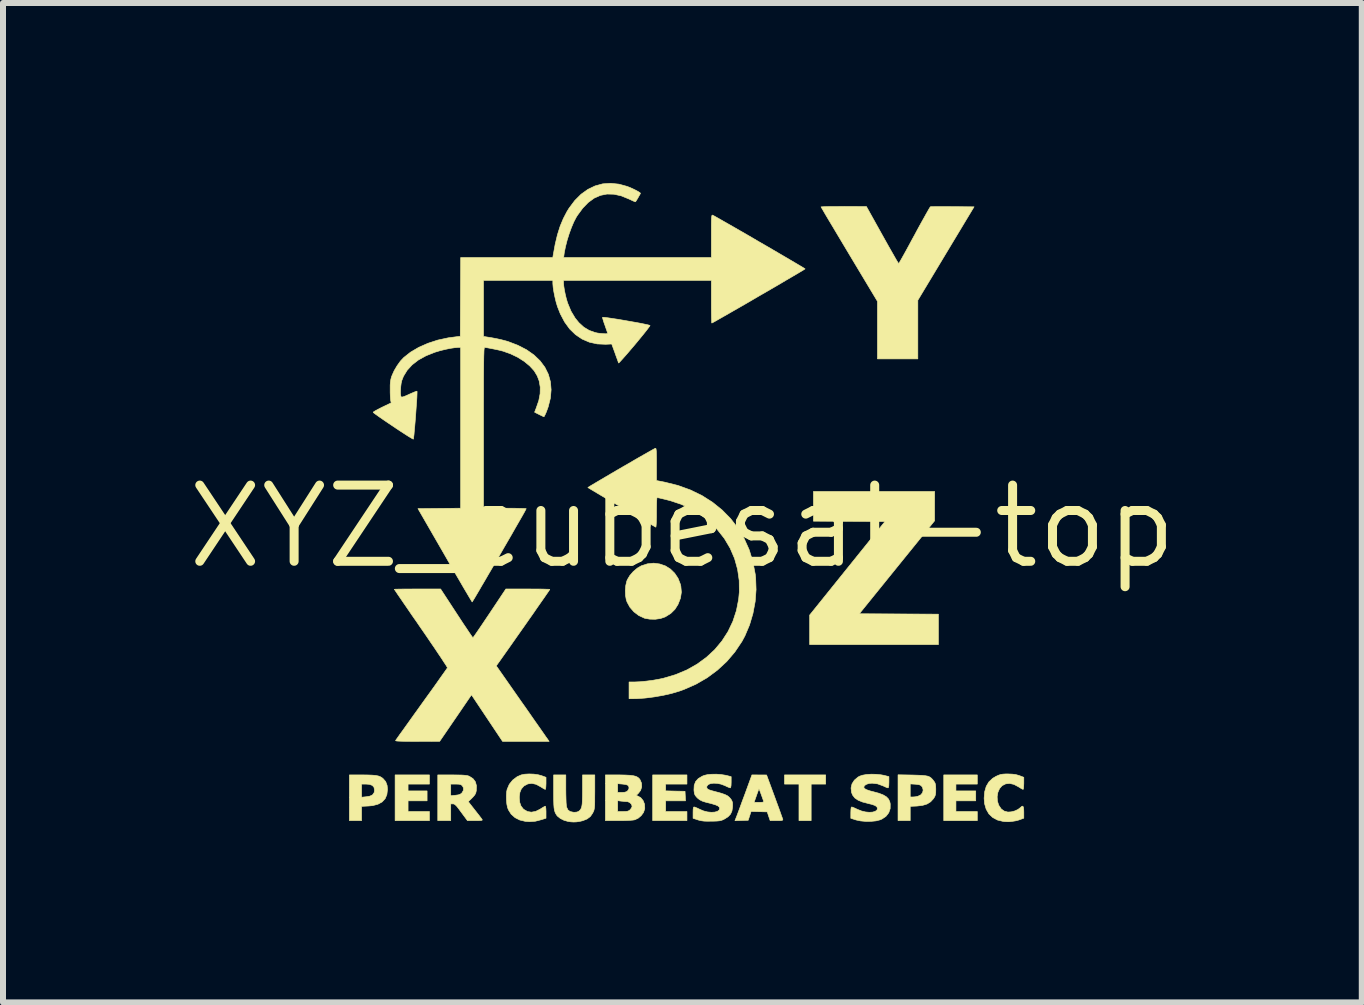
<source format=kicad_pcb>
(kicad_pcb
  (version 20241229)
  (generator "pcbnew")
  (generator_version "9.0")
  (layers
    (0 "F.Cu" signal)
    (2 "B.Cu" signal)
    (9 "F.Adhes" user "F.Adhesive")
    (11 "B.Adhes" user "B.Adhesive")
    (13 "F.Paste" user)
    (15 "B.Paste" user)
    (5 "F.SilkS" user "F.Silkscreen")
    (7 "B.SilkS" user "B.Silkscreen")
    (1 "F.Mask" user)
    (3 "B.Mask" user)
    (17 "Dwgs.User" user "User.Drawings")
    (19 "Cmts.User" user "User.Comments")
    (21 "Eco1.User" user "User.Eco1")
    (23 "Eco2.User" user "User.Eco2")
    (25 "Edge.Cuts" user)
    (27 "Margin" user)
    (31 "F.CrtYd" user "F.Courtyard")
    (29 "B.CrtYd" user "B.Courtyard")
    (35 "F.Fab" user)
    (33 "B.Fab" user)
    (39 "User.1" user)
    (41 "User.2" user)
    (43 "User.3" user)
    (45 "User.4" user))
  (footprint "XYZ_cubesat-top"
    (layer "F.Cu")
    (at 8.323 5.725)
    (property "Reference" "XYZ_cubesat-top" (at 0 0 0) (layer "F.SilkS") (effects (font (size 1.27 1.27) (thickness 0.15))))
    (attr through_hole)
    (fp_poly (pts (xy 2.388 4.293) (xy 2.146 4.293) (xy 2.146 4.902) (xy 1.943 4.902) (xy 1.943 4.293) (xy 1.702 4.293) (xy 1.702 4.14) (xy 2.388 4.14) (xy 2.388 4.293)) (stroke (width 0.01) (type solid)) (fill yes) (layer "F.SilkS"))
    (fp_poly (pts (xy -4.216 4.293) (xy -4.572 4.293) (xy -4.572 4.407) (xy -4.255 4.407) (xy -4.255 4.572) (xy -4.572 4.572) (xy -4.572 4.75) (xy -4.216 4.75) (xy -4.216 4.902) (xy -4.788 4.902) (xy -4.788 4.14) (xy -4.216 4.14) (xy -4.216 4.293)) (stroke (width 0.01) (type solid)) (fill yes) (layer "F.SilkS"))
    (fp_poly (pts (xy 4.915 4.293) (xy 4.559 4.293) (xy 4.559 4.407) (xy 4.889 4.407) (xy 4.889 4.572) (xy 4.559 4.572) (xy 4.559 4.75) (xy 4.915 4.75) (xy 4.915 4.902) (xy 4.356 4.902) (xy 4.356 4.14) (xy 4.915 4.14) (xy 4.915 4.293)) (stroke (width 0.01) (type solid)) (fill yes) (layer "F.SilkS"))
    (fp_poly (pts (xy 0.076 4.293) (xy -0.279 4.293) (xy -0.279 4.406) (xy -0.117 4.41) (xy 0.044 4.413) (xy 0.052 4.572) (xy -0.279 4.572) (xy -0.279 4.75) (xy 0.076 4.75) (xy 0.076 4.902) (xy -0.495 4.902) (xy -0.495 4.14) (xy 0.076 4.14) (xy 0.076 4.293)) (stroke (width 0.01) (type solid)) (fill yes) (layer "F.SilkS"))
    (fp_poly (pts (xy 4.203 -0.34) (xy 4.203 -0.095) (xy 3.576 0.679) (xy 2.949 1.454) (xy 4.267 1.461) (xy 4.267 1.968) (xy 2.121 1.968) (xy 2.121 1.476) (xy 3.376 -0.083) (xy 2.78 -0.086) (xy 2.184 -0.089) (xy 2.184 -0.584) (xy 4.204 -0.584) (xy 4.203 -0.34)) (stroke (width 0.01) (type solid)) (fill yes) (layer "F.SilkS"))
    (fp_poly (pts (xy -5.337 4.14) (xy -5.242 4.141) (xy -5.168 4.144) (xy -5.111 4.149) (xy -5.067 4.158) (xy -5.033 4.171) (xy -5.004 4.189) (xy -4.99 4.2) (xy -4.945 4.252) (xy -4.921 4.316) (xy -4.915 4.381) (xy -4.925 4.467) (xy -4.954 4.536) (xy -5.004 4.59) (xy -5.073 4.628) (xy -5.163 4.652) (xy -5.229 4.658) (xy -5.347 4.664) (xy -5.347 4.902) (xy -5.55 4.902) (xy -5.55 4.293) (xy -5.347 4.293) (xy -5.347 4.512) (xy -5.268 4.504) (xy -5.209 4.494) (xy -5.17 4.476) (xy -5.16 4.468) (xy -5.136 4.432) (xy -5.131 4.393) (xy -5.14 4.346) (xy -5.168 4.315) (xy -5.216 4.297) (xy -5.272 4.293) (xy -5.347 4.293) (xy -5.55 4.293) (xy -5.55 4.14) (xy -5.337 4.14)) (stroke (width 0.01) (type solid)) (fill yes) (layer "F.SilkS"))
    (fp_poly (pts (xy -0.379 0.624) (xy -0.285 0.656) (xy -0.201 0.708) (xy -0.129 0.778) (xy -0.072 0.864) (xy -0.033 0.964) (xy -0.026 0.994) (xy -0.017 1.094) (xy -0.032 1.194) (xy -0.072 1.296) (xy -0.072 1.297) (xy -0.125 1.381) (xy -0.193 1.448) (xy -0.279 1.502) (xy -0.288 1.507) (xy -0.364 1.533) (xy -0.453 1.546) (xy -0.544 1.544) (xy -0.629 1.529) (xy -0.638 1.525) (xy -0.728 1.483) (xy -0.808 1.422) (xy -0.875 1.345) (xy -0.922 1.259) (xy -0.935 1.222) (xy -0.948 1.149) (xy -0.951 1.067) (xy -0.944 0.984) (xy -0.927 0.911) (xy -0.917 0.886) (xy -0.876 0.817) (xy -0.818 0.75) (xy -0.75 0.693) (xy -0.687 0.656) (xy -0.583 0.622) (xy -0.479 0.611) (xy -0.379 0.624)) (stroke (width 0.01) (type solid)) (fill yes) (layer "F.SilkS"))
    (fp_poly (pts (xy 3.832 4.142) (xy 3.926 4.145) (xy 3.998 4.148) (xy 4.053 4.154) (xy 4.094 4.162) (xy 4.125 4.176) (xy 4.15 4.195) (xy 4.173 4.22) (xy 4.187 4.238) (xy 4.206 4.265) (xy 4.216 4.291) (xy 4.221 4.324) (xy 4.223 4.373) (xy 4.223 4.383) (xy 4.222 4.435) (xy 4.217 4.471) (xy 4.207 4.499) (xy 4.189 4.529) (xy 4.185 4.535) (xy 4.137 4.588) (xy 4.077 4.625) (xy 4.002 4.648) (xy 3.91 4.659) (xy 3.797 4.664) (xy 3.797 4.902) (xy 3.594 4.902) (xy 3.594 4.508) (xy 3.797 4.508) (xy 3.839 4.508) (xy 3.88 4.505) (xy 3.924 4.496) (xy 3.927 4.495) (xy 3.974 4.472) (xy 4.003 4.436) (xy 4.013 4.393) (xy 4.002 4.348) (xy 3.989 4.33) (xy 3.971 4.313) (xy 3.945 4.303) (xy 3.904 4.297) (xy 3.882 4.295) (xy 3.797 4.29) (xy 3.797 4.508) (xy 3.594 4.508) (xy 3.594 4.138) (xy 3.832 4.142)) (stroke (width 0.01) (type solid)) (fill yes) (layer "F.SilkS"))
    (fp_poly (pts (xy 1.403 4.141) (xy 1.537 4.504) (xy 1.57 4.595) (xy 1.601 4.679) (xy 1.628 4.753) (xy 1.649 4.813) (xy 1.665 4.857) (xy 1.673 4.881) (xy 1.674 4.885) (xy 1.671 4.893) (xy 1.654 4.899) (xy 1.619 4.902) (xy 1.57 4.902) (xy 1.463 4.902) (xy 1.438 4.829) (xy 1.414 4.756) (xy 1.145 4.749) (xy 1.121 4.822) (xy 1.097 4.896) (xy 0.986 4.9) (xy 0.876 4.903) (xy 0.9 4.842) (xy 0.911 4.814) (xy 0.929 4.766) (xy 0.953 4.702) (xy 0.981 4.625) (xy 0.991 4.597) (xy 1.195 4.597) (xy 1.278 4.597) (xy 1.323 4.596) (xy 1.348 4.593) (xy 1.356 4.585) (xy 1.355 4.579) (xy 1.347 4.559) (xy 1.334 4.522) (xy 1.317 4.475) (xy 1.313 4.464) (xy 1.297 4.42) (xy 1.284 4.388) (xy 1.277 4.372) (xy 1.276 4.372) (xy 1.271 4.384) (xy 1.259 4.416) (xy 1.243 4.46) (xy 1.234 4.486) (xy 1.195 4.597) (xy 0.991 4.597) (xy 1.012 4.541) (xy 1.042 4.461) (xy 1.159 4.14) (xy 1.403 4.141)) (stroke (width 0.01) (type solid)) (fill yes) (layer "F.SilkS"))
    (fp_poly (pts (xy -1.943 4.385) (xy -1.942 4.464) (xy -1.94 4.538) (xy -1.938 4.602) (xy -1.934 4.649) (xy -1.93 4.676) (xy -1.908 4.723) (xy -1.872 4.75) (xy -1.819 4.762) (xy -1.8 4.763) (xy -1.757 4.759) (xy -1.728 4.747) (xy -1.709 4.731) (xy -1.695 4.713) (xy -1.684 4.691) (xy -1.676 4.662) (xy -1.67 4.623) (xy -1.667 4.569) (xy -1.665 4.498) (xy -1.664 4.407) (xy -1.664 4.372) (xy -1.664 4.14) (xy -1.46 4.14) (xy -1.46 4.423) (xy -1.461 4.515) (xy -1.461 4.586) (xy -1.462 4.639) (xy -1.465 4.678) (xy -1.469 4.706) (xy -1.474 4.729) (xy -1.482 4.75) (xy -1.493 4.771) (xy -1.493 4.773) (xy -1.533 4.832) (xy -1.588 4.874) (xy -1.66 4.903) (xy -1.707 4.914) (xy -1.765 4.923) (xy -1.812 4.925) (xy -1.861 4.922) (xy -1.908 4.915) (xy -1.974 4.896) (xy -2.035 4.865) (xy -2.082 4.827) (xy -2.092 4.815) (xy -2.109 4.789) (xy -2.122 4.762) (xy -2.132 4.729) (xy -2.139 4.688) (xy -2.143 4.634) (xy -2.145 4.563) (xy -2.146 4.473) (xy -2.146 4.418) (xy -2.146 4.14) (xy -1.943 4.14) (xy -1.943 4.385)) (stroke (width 0.01) (type solid)) (fill yes) (layer "F.SilkS"))
    (fp_poly (pts (xy 3.067 -5.333) (xy 3.332 -4.857) (xy 3.388 -4.757) (xy 3.44 -4.664) (xy 3.488 -4.58) (xy 3.529 -4.508) (xy 3.562 -4.45) (xy 3.587 -4.409) (xy 3.602 -4.386) (xy 3.605 -4.382) (xy 3.612 -4.393) (xy 3.631 -4.424) (xy 3.658 -4.472) (xy 3.694 -4.536) (xy 3.737 -4.614) (xy 3.785 -4.702) (xy 3.837 -4.799) (xy 3.867 -4.853) (xy 3.921 -4.954) (xy 3.972 -5.047) (xy 4.019 -5.131) (xy 4.059 -5.203) (xy 4.092 -5.261) (xy 4.116 -5.303) (xy 4.131 -5.326) (xy 4.134 -5.329) (xy 4.149 -5.331) (xy 4.187 -5.331) (xy 4.243 -5.332) (xy 4.315 -5.332) (xy 4.399 -5.332) (xy 4.491 -5.331) (xy 4.504 -5.331) (xy 4.861 -5.328) (xy 4.392 -4.549) (xy 3.924 -3.771) (xy 3.924 -2.794) (xy 3.251 -2.794) (xy 3.251 -3.753) (xy 2.781 -4.536) (xy 2.704 -4.665) (xy 2.631 -4.787) (xy 2.563 -4.901) (xy 2.501 -5.005) (xy 2.445 -5.098) (xy 2.398 -5.177) (xy 2.36 -5.242) (xy 2.333 -5.289) (xy 2.316 -5.318) (xy 2.311 -5.327) (xy 2.324 -5.328) (xy 2.358 -5.33) (xy 2.412 -5.332) (xy 2.481 -5.333) (xy 2.564 -5.333) (xy 2.656 -5.334) (xy 2.689 -5.334) (xy 3.067 -5.333)) (stroke (width 0.01) (type solid)) (fill yes) (layer "F.SilkS"))
    (fp_poly (pts (xy -3.839 4.14) (xy -3.752 4.141) (xy -3.686 4.142) (xy -3.638 4.145) (xy -3.602 4.149) (xy -3.575 4.154) (xy -3.553 4.162) (xy -3.549 4.164) (xy -3.489 4.203) (xy -3.45 4.255) (xy -3.432 4.321) (xy -3.435 4.402) (xy -3.435 4.404) (xy -3.444 4.442) (xy -3.46 4.473) (xy -3.489 4.507) (xy -3.506 4.525) (xy -3.569 4.585) (xy -3.457 4.728) (xy -3.416 4.78) (xy -3.38 4.826) (xy -3.353 4.862) (xy -3.338 4.883) (xy -3.336 4.886) (xy -3.337 4.894) (xy -3.353 4.899) (xy -3.388 4.901) (xy -3.444 4.902) (xy -3.454 4.902) (xy -3.582 4.902) (xy -3.685 4.763) (xy -3.727 4.706) (xy -3.758 4.666) (xy -3.782 4.642) (xy -3.8 4.628) (xy -3.816 4.623) (xy -3.824 4.623) (xy -3.861 4.623) (xy -3.861 4.902) (xy -4.077 4.902) (xy -4.077 4.293) (xy -3.861 4.293) (xy -3.861 4.487) (xy -3.781 4.479) (xy -3.732 4.472) (xy -3.7 4.46) (xy -3.677 4.442) (xy -3.673 4.438) (xy -3.649 4.396) (xy -3.649 4.354) (xy -3.67 4.318) (xy -3.691 4.303) (xy -3.72 4.295) (xy -3.766 4.293) (xy -3.778 4.293) (xy -3.861 4.293) (xy -4.077 4.293) (xy -4.077 4.14) (xy -3.839 4.14)) (stroke (width 0.01) (type solid)) (fill yes) (layer "F.SilkS"))
    (fp_poly (pts (xy -2.475 4.127) (xy -2.401 4.138) (xy -2.346 4.153) (xy -2.273 4.18) (xy -2.273 4.281) (xy -2.275 4.328) (xy -2.278 4.363) (xy -2.283 4.381) (xy -2.285 4.381) (xy -2.301 4.375) (xy -2.33 4.358) (xy -2.362 4.338) (xy -2.437 4.297) (xy -2.509 4.281) (xy -2.576 4.29) (xy -2.637 4.322) (xy -2.643 4.327) (xy -2.684 4.373) (xy -2.708 4.431) (xy -2.718 4.504) (xy -2.718 4.521) (xy -2.711 4.598) (xy -2.69 4.658) (xy -2.653 4.706) (xy -2.643 4.715) (xy -2.583 4.75) (xy -2.517 4.761) (xy -2.446 4.748) (xy -2.37 4.711) (xy -2.362 4.705) (xy -2.325 4.682) (xy -2.297 4.666) (xy -2.285 4.661) (xy -2.279 4.673) (xy -2.275 4.704) (xy -2.273 4.748) (xy -2.273 4.761) (xy -2.273 4.862) (xy -2.353 4.887) (xy -2.451 4.912) (xy -2.546 4.919) (xy -2.618 4.914) (xy -2.71 4.892) (xy -2.789 4.852) (xy -2.854 4.794) (xy -2.9 4.721) (xy -2.915 4.681) (xy -2.926 4.626) (xy -2.932 4.558) (xy -2.933 4.486) (xy -2.929 4.421) (xy -2.921 4.381) (xy -2.885 4.297) (xy -2.828 4.226) (xy -2.754 4.17) (xy -2.686 4.14) (xy -2.627 4.128) (xy -2.554 4.124) (xy -2.475 4.127)) (stroke (width 0.01) (type solid)) (fill yes) (layer "F.SilkS"))
    (fp_poly (pts (xy 5.498 4.127) (xy 5.554 4.134) (xy 5.605 4.148) (xy 5.617 4.152) (xy 5.69 4.18) (xy 5.69 4.281) (xy 5.688 4.328) (xy 5.685 4.363) (xy 5.68 4.381) (xy 5.678 4.381) (xy 5.662 4.375) (xy 5.633 4.358) (xy 5.601 4.338) (xy 5.526 4.298) (xy 5.454 4.282) (xy 5.388 4.289) (xy 5.329 4.319) (xy 5.327 4.321) (xy 5.286 4.368) (xy 5.258 4.431) (xy 5.246 4.502) (xy 5.25 4.575) (xy 5.271 4.643) (xy 5.274 4.648) (xy 5.313 4.706) (xy 5.361 4.742) (xy 5.423 4.759) (xy 5.425 4.759) (xy 5.479 4.756) (xy 5.538 4.741) (xy 5.593 4.716) (xy 5.633 4.685) (xy 5.634 4.685) (xy 5.658 4.663) (xy 5.674 4.661) (xy 5.684 4.68) (xy 5.689 4.722) (xy 5.69 4.761) (xy 5.69 4.861) (xy 5.634 4.882) (xy 5.596 4.895) (xy 5.556 4.905) (xy 5.506 4.913) (xy 5.448 4.92) (xy 5.418 4.92) (xy 5.374 4.918) (xy 5.346 4.915) (xy 5.251 4.892) (xy 5.171 4.849) (xy 5.108 4.789) (xy 5.063 4.711) (xy 5.036 4.618) (xy 5.029 4.529) (xy 5.038 4.421) (xy 5.064 4.331) (xy 5.108 4.257) (xy 5.17 4.198) (xy 5.227 4.164) (xy 5.269 4.145) (xy 5.304 4.133) (xy 5.342 4.127) (xy 5.39 4.124) (xy 5.426 4.124) (xy 5.498 4.127)) (stroke (width 0.01) (type solid)) (fill yes) (layer "F.SilkS"))
    (fp_poly (pts (xy -1.057 4.14) (xy -0.957 4.142) (xy -0.879 4.146) (xy -0.82 4.153) (xy -0.775 4.164) (xy -0.742 4.181) (xy -0.718 4.203) (xy -0.706 4.219) (xy -0.681 4.278) (xy -0.678 4.34) (xy -0.697 4.399) (xy -0.735 4.448) (xy -0.737 4.45) (xy -0.76 4.471) (xy -0.765 4.481) (xy -0.754 4.488) (xy -0.749 4.489) (xy -0.695 4.519) (xy -0.655 4.567) (xy -0.631 4.627) (xy -0.627 4.696) (xy -0.629 4.709) (xy -0.648 4.766) (xy -0.687 4.819) (xy -0.738 4.862) (xy -0.794 4.888) (xy -0.824 4.893) (xy -0.873 4.897) (xy -0.938 4.9) (xy -1.012 4.902) (xy -1.064 4.902) (xy -1.283 4.902) (xy -1.283 4.75) (xy -1.079 4.75) (xy -0.99 4.75) (xy -0.941 4.749) (xy -0.909 4.744) (xy -0.886 4.733) (xy -0.869 4.719) (xy -0.848 4.69) (xy -0.838 4.663) (xy -0.838 4.661) (xy -0.85 4.628) (xy -0.878 4.6) (xy -0.915 4.585) (xy -0.925 4.585) (xy -0.961 4.583) (xy -1.006 4.578) (xy -1.021 4.577) (xy -1.079 4.569) (xy -1.079 4.75) (xy -1.283 4.75) (xy -1.283 4.432) (xy -1.079 4.432) (xy -1.01 4.432) (xy -0.962 4.429) (xy -0.93 4.419) (xy -0.914 4.407) (xy -0.896 4.381) (xy -0.889 4.359) (xy -0.895 4.33) (xy -0.913 4.31) (xy -0.949 4.299) (xy -0.996 4.293) (xy -1.079 4.286) (xy -1.079 4.432) (xy -1.283 4.432) (xy -1.283 4.14) (xy -1.057 4.14)) (stroke (width 0.01) (type solid)) (fill yes) (layer "F.SilkS"))
    (fp_poly (pts (xy 3.231 4.13) (xy 3.309 4.138) (xy 3.353 4.146) (xy 3.442 4.168) (xy 3.442 4.262) (xy 3.44 4.318) (xy 3.434 4.349) (xy 3.427 4.356) (xy 3.408 4.351) (xy 3.375 4.337) (xy 3.348 4.324) (xy 3.253 4.289) (xy 3.163 4.278) (xy 3.111 4.282) (xy 3.066 4.297) (xy 3.034 4.319) (xy 3.023 4.345) (xy 3.023 4.345) (xy 3.034 4.366) (xy 3.068 4.386) (xy 3.126 4.406) (xy 3.177 4.419) (xy 3.273 4.445) (xy 3.346 4.473) (xy 3.4 4.505) (xy 3.436 4.543) (xy 3.457 4.589) (xy 3.464 4.623) (xy 3.463 4.702) (xy 3.439 4.771) (xy 3.393 4.83) (xy 3.327 4.875) (xy 3.294 4.889) (xy 3.228 4.906) (xy 3.146 4.914) (xy 3.058 4.915) (xy 2.971 4.907) (xy 2.894 4.891) (xy 2.886 4.888) (xy 2.807 4.863) (xy 2.807 4.768) (xy 2.809 4.713) (xy 2.814 4.682) (xy 2.821 4.674) (xy 2.839 4.679) (xy 2.872 4.693) (xy 2.915 4.713) (xy 2.919 4.715) (xy 2.984 4.741) (xy 3.05 4.757) (xy 3.114 4.763) (xy 3.17 4.76) (xy 3.214 4.747) (xy 3.243 4.725) (xy 3.251 4.699) (xy 3.242 4.673) (xy 3.213 4.651) (xy 3.161 4.632) (xy 3.1 4.617) (xy 3.003 4.592) (xy 2.928 4.561) (xy 2.874 4.524) (xy 2.838 4.478) (xy 2.819 4.432) (xy 2.811 4.358) (xy 2.827 4.289) (xy 2.866 4.228) (xy 2.926 4.177) (xy 2.952 4.162) (xy 3.002 4.145) (xy 3.07 4.133) (xy 3.149 4.128) (xy 3.231 4.13)) (stroke (width 0.01) (type solid)) (fill yes) (layer "F.SilkS"))
    (fp_poly (pts (xy 0.645 4.134) (xy 0.716 4.145) (xy 0.731 4.148) (xy 0.813 4.169) (xy 0.813 4.262) (xy 0.811 4.317) (xy 0.805 4.348) (xy 0.798 4.356) (xy 0.781 4.351) (xy 0.747 4.337) (xy 0.706 4.317) (xy 0.705 4.317) (xy 0.644 4.294) (xy 0.582 4.281) (xy 0.523 4.278) (xy 0.471 4.284) (xy 0.432 4.3) (xy 0.41 4.325) (xy 0.406 4.342) (xy 0.409 4.36) (xy 0.42 4.375) (xy 0.444 4.388) (xy 0.483 4.401) (xy 0.542 4.417) (xy 0.569 4.424) (xy 0.649 4.446) (xy 0.709 4.467) (xy 0.753 4.489) (xy 0.785 4.516) (xy 0.811 4.547) (xy 0.827 4.576) (xy 0.836 4.606) (xy 0.837 4.646) (xy 0.836 4.674) (xy 0.826 4.742) (xy 0.802 4.794) (xy 0.761 4.837) (xy 0.707 4.872) (xy 0.676 4.888) (xy 0.649 4.898) (xy 0.617 4.905) (xy 0.576 4.909) (xy 0.518 4.911) (xy 0.489 4.911) (xy 0.416 4.912) (xy 0.361 4.91) (xy 0.317 4.904) (xy 0.276 4.895) (xy 0.257 4.889) (xy 0.178 4.863) (xy 0.178 4.768) (xy 0.179 4.717) (xy 0.183 4.687) (xy 0.191 4.675) (xy 0.195 4.674) (xy 0.214 4.679) (xy 0.249 4.694) (xy 0.291 4.714) (xy 0.292 4.715) (xy 0.355 4.741) (xy 0.419 4.757) (xy 0.482 4.763) (xy 0.538 4.76) (xy 0.583 4.748) (xy 0.612 4.727) (xy 0.622 4.699) (xy 0.615 4.677) (xy 0.593 4.657) (xy 0.552 4.639) (xy 0.489 4.62) (xy 0.454 4.611) (xy 0.382 4.593) (xy 0.33 4.576) (xy 0.291 4.556) (xy 0.258 4.531) (xy 0.236 4.509) (xy 0.214 4.482) (xy 0.201 4.453) (xy 0.195 4.412) (xy 0.193 4.39) (xy 0.197 4.313) (xy 0.221 4.25) (xy 0.266 4.2) (xy 0.334 4.16) (xy 0.368 4.147) (xy 0.42 4.135) (xy 0.489 4.129) (xy 0.567 4.128) (xy 0.645 4.134)) (stroke (width 0.01) (type solid)) (fill yes) (layer "F.SilkS"))
    (fp_poly (pts (xy -3.764 1.448) (xy -3.705 1.538) (xy -3.65 1.622) (xy -3.6 1.696) (xy -3.558 1.759) (xy -3.525 1.808) (xy -3.502 1.84) (xy -3.492 1.854) (xy -3.491 1.854) (xy -3.483 1.844) (xy -3.462 1.815) (xy -3.43 1.769) (xy -3.389 1.709) (xy -3.34 1.637) (xy -3.285 1.555) (xy -3.225 1.466) (xy -3.213 1.448) (xy -2.942 1.041) (xy -2.576 1.041) (xy -2.483 1.042) (xy -2.398 1.042) (xy -2.325 1.043) (xy -2.268 1.045) (xy -2.228 1.046) (xy -2.211 1.048) (xy -2.21 1.049) (xy -2.217 1.06) (xy -2.237 1.09) (xy -2.269 1.136) (xy -2.311 1.197) (xy -2.363 1.271) (xy -2.421 1.354) (xy -2.485 1.447) (xy -2.554 1.545) (xy -2.626 1.648) (xy -2.7 1.753) (xy -2.774 1.858) (xy -2.846 1.961) (xy -2.916 2.06) (xy -2.981 2.152) (xy -3.041 2.237) (xy -3.064 2.269) (xy -3.102 2.322) (xy -2.686 2.917) (xy -2.608 3.027) (xy -2.535 3.132) (xy -2.467 3.23) (xy -2.405 3.318) (xy -2.351 3.395) (xy -2.307 3.458) (xy -2.274 3.506) (xy -2.252 3.536) (xy -2.245 3.546) (xy -2.221 3.581) (xy -2.997 3.581) (xy -3.256 3.193) (xy -3.515 2.805) (xy -3.78 3.193) (xy -4.045 3.58) (xy -4.417 3.581) (xy -4.528 3.581) (xy -4.615 3.58) (xy -4.681 3.579) (xy -4.729 3.577) (xy -4.76 3.575) (xy -4.776 3.571) (xy -4.78 3.567) (xy -4.78 3.566) (xy -4.771 3.553) (xy -4.748 3.521) (xy -4.714 3.472) (xy -4.668 3.409) (xy -4.613 3.332) (xy -4.55 3.244) (xy -4.481 3.147) (xy -4.406 3.043) (xy -4.346 2.959) (xy -4.268 2.85) (xy -4.194 2.748) (xy -4.126 2.653) (xy -4.066 2.568) (xy -4.014 2.494) (xy -3.971 2.434) (xy -3.94 2.39) (xy -3.921 2.363) (xy -3.916 2.355) (xy -3.922 2.342) (xy -3.941 2.31) (xy -3.973 2.262) (xy -4.015 2.197) (xy -4.067 2.12) (xy -4.127 2.03) (xy -4.195 1.931) (xy -4.268 1.823) (xy -4.346 1.71) (xy -4.356 1.696) (xy -4.434 1.582) (xy -4.509 1.475) (xy -4.577 1.375) (xy -4.639 1.285) (xy -4.692 1.207) (xy -4.737 1.142) (xy -4.77 1.093) (xy -4.792 1.06) (xy -4.8 1.047) (xy -4.801 1.047) (xy -4.788 1.045) (xy -4.754 1.044) (xy -4.7 1.043) (xy -4.63 1.042) (xy -4.547 1.042) (xy -4.455 1.041) (xy -4.415 1.041) (xy -4.03 1.041) (xy -3.764 1.448)) (stroke (width 0.01) (type solid)) (fill yes) (layer "F.SilkS"))
    (fp_poly (pts (xy -0.44 -1.296) (xy -0.437 -1.279) (xy -0.434 -1.248) (xy -0.433 -1.201) (xy -0.432 -1.135) (xy -0.432 -1.047) (xy -0.432 -1.039) (xy -0.432 -0.766) (xy -0.294 -0.739) (xy -0.073 -0.684) (xy 0.134 -0.609) (xy 0.326 -0.516) (xy 0.502 -0.404) (xy 0.661 -0.276) (xy 0.803 -0.132) (xy 0.926 0.027) (xy 1.029 0.2) (xy 1.113 0.387) (xy 1.174 0.585) (xy 1.214 0.794) (xy 1.221 0.855) (xy 1.228 1.052) (xy 1.213 1.251) (xy 1.176 1.449) (xy 1.119 1.641) (xy 1.042 1.823) (xy 0.992 1.916) (xy 0.875 2.09) (xy 0.739 2.25) (xy 0.584 2.393) (xy 0.413 2.52) (xy 0.226 2.628) (xy 0.026 2.716) (xy -0.049 2.743) (xy -0.177 2.781) (xy -0.321 2.814) (xy -0.471 2.84) (xy -0.62 2.859) (xy -0.758 2.869) (xy -0.816 2.87) (xy -0.889 2.87) (xy -0.889 2.591) (xy -0.791 2.591) (xy -0.703 2.587) (xy -0.601 2.577) (xy -0.492 2.563) (xy -0.386 2.544) (xy -0.316 2.529) (xy -0.114 2.469) (xy 0.073 2.391) (xy 0.245 2.294) (xy 0.401 2.18) (xy 0.54 2.051) (xy 0.66 1.907) (xy 0.761 1.75) (xy 0.842 1.58) (xy 0.901 1.4) (xy 0.938 1.21) (xy 0.949 1.092) (xy 0.947 0.901) (xy 0.92 0.714) (xy 0.87 0.534) (xy 0.796 0.362) (xy 0.7 0.2) (xy 0.581 0.05) (xy 0.533 -0.001) (xy 0.405 -0.12) (xy 0.272 -0.22) (xy 0.13 -0.304) (xy -0.025 -0.372) (xy -0.197 -0.429) (xy -0.286 -0.452) (xy -0.34 -0.465) (xy -0.384 -0.475) (xy -0.414 -0.481) (xy -0.422 -0.483) (xy -0.425 -0.471) (xy -0.428 -0.437) (xy -0.43 -0.386) (xy -0.431 -0.32) (xy -0.432 -0.245) (xy -0.432 -0.234) (xy -0.432 -0.158) (xy -0.434 -0.092) (xy -0.436 -0.039) (xy -0.439 -0.004) (xy -0.442 0.01) (xy -0.442 0.011) (xy -0.459 0.002) (xy -0.494 -0.018) (xy -0.546 -0.047) (xy -0.611 -0.084) (xy -0.688 -0.128) (xy -0.773 -0.178) (xy -0.864 -0.231) (xy -0.96 -0.286) (xy -1.056 -0.343) (xy -1.152 -0.398) (xy -1.243 -0.452) (xy -1.329 -0.502) (xy -1.405 -0.547) (xy -1.47 -0.586) (xy -1.522 -0.617) (xy -1.557 -0.638) (xy -1.574 -0.649) (xy -1.575 -0.65) (xy -1.564 -0.657) (xy -1.534 -0.676) (xy -1.487 -0.704) (xy -1.425 -0.741) (xy -1.352 -0.784) (xy -1.269 -0.833) (xy -1.179 -0.886) (xy -1.085 -0.941) (xy -0.989 -0.997) (xy -0.893 -1.052) (xy -0.801 -1.106) (xy -0.714 -1.156) (xy -0.635 -1.201) (xy -0.568 -1.239) (xy -0.513 -1.27) (xy -0.474 -1.292) (xy -0.453 -1.303) (xy -0.452 -1.303) (xy -0.445 -1.303) (xy -0.44 -1.296)) (stroke (width 0.01) (type solid)) (fill yes) (layer "F.SilkS"))
    (fp_poly (pts (xy -1.058 -5.706) (xy -0.923 -5.669) (xy -0.874 -5.65) (xy -0.823 -5.627) (xy -0.774 -5.603) (xy -0.734 -5.581) (xy -0.707 -5.563) (xy -0.699 -5.554) (xy -0.704 -5.541) (xy -0.72 -5.514) (xy -0.739 -5.48) (xy -0.759 -5.446) (xy -0.775 -5.421) (xy -0.782 -5.412) (xy -0.795 -5.415) (xy -0.824 -5.427) (xy -0.866 -5.447) (xy -0.892 -5.459) (xy -1.019 -5.511) (xy -1.141 -5.538) (xy -1.256 -5.541) (xy -1.366 -5.519) (xy -1.47 -5.473) (xy -1.569 -5.401) (xy -1.662 -5.305) (xy -1.75 -5.185) (xy -1.771 -5.151) (xy -1.81 -5.076) (xy -1.849 -4.984) (xy -1.887 -4.88) (xy -1.921 -4.771) (xy -1.948 -4.665) (xy -1.968 -4.567) (xy -1.972 -4.537) (xy -1.979 -4.483) (xy 0.483 -4.483) (xy 0.483 -4.84) (xy 0.483 -4.945) (xy 0.483 -5.026) (xy 0.484 -5.088) (xy 0.485 -5.132) (xy 0.488 -5.162) (xy 0.491 -5.18) (xy 0.495 -5.188) (xy 0.501 -5.19) (xy 0.505 -5.189) (xy 0.522 -5.18) (xy 0.558 -5.16) (xy 0.611 -5.13) (xy 0.679 -5.091) (xy 0.76 -5.045) (xy 0.851 -4.993) (xy 0.951 -4.935) (xy 1.058 -4.874) (xy 1.168 -4.81) (xy 1.28 -4.744) (xy 1.393 -4.679) (xy 1.503 -4.615) (xy 1.609 -4.553) (xy 1.708 -4.495) (xy 1.798 -4.442) (xy 1.878 -4.395) (xy 1.944 -4.356) (xy 1.996 -4.325) (xy 2.03 -4.304) (xy 2.044 -4.294) (xy 2.045 -4.294) (xy 2.034 -4.286) (xy 2.004 -4.267) (xy 1.955 -4.238) (xy 1.891 -4.2) (xy 1.814 -4.155) (xy 1.725 -4.103) (xy 1.628 -4.045) (xy 1.523 -3.984) (xy 1.413 -3.92) (xy 1.3 -3.855) (xy 1.187 -3.789) (xy 1.076 -3.724) (xy 0.968 -3.662) (xy 0.865 -3.603) (xy 0.771 -3.549) (xy 0.687 -3.501) (xy 0.615 -3.46) (xy 0.558 -3.427) (xy 0.516 -3.404) (xy 0.494 -3.392) (xy 0.49 -3.391) (xy 0.488 -3.403) (xy 0.487 -3.437) (xy 0.485 -3.491) (xy 0.484 -3.56) (xy 0.483 -3.641) (xy 0.483 -3.732) (xy 0.483 -3.747) (xy 0.483 -4.102) (xy -1.981 -4.102) (xy -1.981 -4.059) (xy -1.977 -4.009) (xy -1.967 -3.944) (xy -1.952 -3.869) (xy -1.934 -3.795) (xy -1.914 -3.728) (xy -1.912 -3.723) (xy -1.856 -3.588) (xy -1.787 -3.473) (xy -1.725 -3.397) (xy -1.643 -3.322) (xy -1.555 -3.269) (xy -1.455 -3.233) (xy -1.454 -3.233) (xy -1.413 -3.224) (xy -1.366 -3.218) (xy -1.319 -3.214) (xy -1.279 -3.212) (xy -1.252 -3.215) (xy -1.245 -3.219) (xy -1.249 -3.232) (xy -1.26 -3.265) (xy -1.276 -3.31) (xy -1.289 -3.348) (xy -1.308 -3.401) (xy -1.322 -3.446) (xy -1.33 -3.476) (xy -1.331 -3.486) (xy -1.318 -3.487) (xy -1.284 -3.484) (xy -1.232 -3.477) (xy -1.167 -3.467) (xy -1.091 -3.456) (xy -1.008 -3.442) (xy -0.922 -3.427) (xy -0.837 -3.412) (xy -0.756 -3.398) (xy -0.682 -3.384) (xy -0.62 -3.371) (xy -0.574 -3.361) (xy -0.546 -3.353) (xy -0.539 -3.35) (xy -0.545 -3.339) (xy -0.566 -3.311) (xy -0.599 -3.267) (xy -0.643 -3.212) (xy -0.696 -3.147) (xy -0.756 -3.074) (xy -0.795 -3.027) (xy -0.859 -2.952) (xy -0.917 -2.884) (xy -0.969 -2.825) (xy -1.011 -2.778) (xy -1.042 -2.744) (xy -1.059 -2.727) (xy -1.063 -2.725) (xy -1.069 -2.741) (xy -1.081 -2.776) (xy -1.099 -2.824) (xy -1.12 -2.882) (xy -1.122 -2.889) (xy -1.178 -3.042) (xy -1.278 -3.037) (xy -1.419 -3.043) (xy -1.55 -3.072) (xy -1.671 -3.124) (xy -1.78 -3.197) (xy -1.878 -3.292) (xy -1.963 -3.409) (xy -2.035 -3.546) (xy -2.082 -3.665) (xy -2.105 -3.742) (xy -2.125 -3.826) (xy -2.142 -3.91) (xy -2.154 -3.987) (xy -2.159 -4.048) (xy -2.159 -4.053) (xy -2.159 -4.102) (xy -3.315 -4.102) (xy -3.315 -3.168) (xy -3.173 -3.145) (xy -3.098 -3.131) (xy -3.017 -3.113) (xy -2.941 -3.093) (xy -2.909 -3.084) (xy -2.744 -3.021) (xy -2.598 -2.946) (xy -2.474 -2.859) (xy -2.372 -2.761) (xy -2.292 -2.654) (xy -2.234 -2.537) (xy -2.199 -2.411) (xy -2.188 -2.278) (xy -2.2 -2.139) (xy -2.237 -1.993) (xy -2.268 -1.908) (xy -2.286 -1.868) (xy -2.3 -1.84) (xy -2.307 -1.829) (xy -2.307 -1.829) (xy -2.32 -1.834) (xy -2.349 -1.848) (xy -2.388 -1.867) (xy -2.463 -1.905) (xy -2.437 -1.972) (xy -2.393 -2.099) (xy -2.371 -2.215) (xy -2.369 -2.323) (xy -2.387 -2.426) (xy -2.419 -2.51) (xy -2.47 -2.595) (xy -2.544 -2.676) (xy -2.636 -2.752) (xy -2.745 -2.821) (xy -2.866 -2.879) (xy -2.997 -2.925) (xy -2.999 -2.925) (xy -3.041 -2.936) (xy -3.094 -2.948) (xy -3.153 -2.96) (xy -3.21 -2.971) (xy -3.258 -2.98) (xy -3.291 -2.984) (xy -3.297 -2.985) (xy -3.3 -2.981) (xy -3.302 -2.972) (xy -3.305 -2.953) (xy -3.307 -2.926) (xy -3.308 -2.887) (xy -3.31 -2.836) (xy -3.311 -2.771) (xy -3.312 -2.692) (xy -3.313 -2.596) (xy -3.314 -2.482) (xy -3.314 -2.35) (xy -3.314 -2.197) (xy -3.315 -2.023) (xy -3.315 -1.826) (xy -3.315 -1.645) (xy -3.315 -0.305) (xy -2.959 -0.305) (xy -2.867 -0.305) (xy -2.784 -0.304) (xy -2.713 -0.302) (xy -2.657 -0.301) (xy -2.619 -0.299) (xy -2.604 -0.297) (xy -2.603 -0.296) (xy -2.61 -0.284) (xy -2.627 -0.251) (xy -2.655 -0.201) (xy -2.692 -0.136) (xy -2.737 -0.058) (xy -2.789 0.032) (xy -2.845 0.131) (xy -2.906 0.236) (xy -2.97 0.346) (xy -3.035 0.459) (xy -3.101 0.572) (xy -3.165 0.683) (xy -3.228 0.79) (xy -3.287 0.892) (xy -3.342 0.985) (xy -3.39 1.068) (xy -3.432 1.139) (xy -3.465 1.195) (xy -3.489 1.234) (xy -3.502 1.254) (xy -3.504 1.257) (xy -3.511 1.246) (xy -3.53 1.215) (xy -3.56 1.165) (xy -3.599 1.099) (xy -3.647 1.018) (xy -3.702 0.923) (xy -3.764 0.817) (xy -3.831 0.701) (xy -3.903 0.577) (xy -3.959 0.479) (xy -4.407 -0.298) (xy -3.696 -0.305) (xy -3.696 -2.985) (xy -3.738 -2.985) (xy -3.795 -2.98) (xy -3.869 -2.969) (xy -3.951 -2.952) (xy -4.037 -2.931) (xy -4.117 -2.907) (xy -4.126 -2.904) (xy -4.272 -2.846) (xy -4.399 -2.776) (xy -4.504 -2.695) (xy -4.588 -2.603) (xy -4.649 -2.503) (xy -4.676 -2.434) (xy -4.687 -2.387) (xy -4.694 -2.331) (xy -4.698 -2.273) (xy -4.699 -2.22) (xy -4.694 -2.179) (xy -4.688 -2.162) (xy -4.678 -2.157) (xy -4.655 -2.161) (xy -4.617 -2.175) (xy -4.56 -2.2) (xy -4.553 -2.204) (xy -4.502 -2.226) (xy -4.46 -2.244) (xy -4.432 -2.254) (xy -4.423 -2.255) (xy -4.422 -2.241) (xy -4.423 -2.205) (xy -4.425 -2.152) (xy -4.429 -2.084) (xy -4.435 -2.007) (xy -4.441 -1.922) (xy -4.447 -1.835) (xy -4.454 -1.748) (xy -4.461 -1.667) (xy -4.468 -1.593) (xy -4.473 -1.532) (xy -4.479 -1.486) (xy -4.482 -1.46) (xy -4.484 -1.456) (xy -4.496 -1.461) (xy -4.525 -1.478) (xy -4.57 -1.505) (xy -4.626 -1.541) (xy -4.691 -1.583) (xy -4.761 -1.629) (xy -4.833 -1.678) (xy -4.905 -1.726) (xy -4.974 -1.773) (xy -5.035 -1.815) (xy -5.087 -1.852) (xy -5.126 -1.88) (xy -5.149 -1.898) (xy -5.153 -1.904) (xy -5.144 -1.913) (xy -5.116 -1.93) (xy -5.073 -1.953) (xy -5.019 -1.981) (xy -5.005 -1.988) (xy -4.853 -2.061) (xy -4.862 -2.101) (xy -4.865 -2.129) (xy -4.868 -2.176) (xy -4.87 -2.234) (xy -4.87 -2.286) (xy -4.87 -2.357) (xy -4.866 -2.41) (xy -4.859 -2.453) (xy -4.848 -2.494) (xy -4.84 -2.515) (xy -4.804 -2.596) (xy -4.755 -2.679) (xy -4.7 -2.756) (xy -4.645 -2.815) (xy -4.53 -2.906) (xy -4.394 -2.986) (xy -4.242 -3.053) (xy -4.077 -3.107) (xy -3.901 -3.145) (xy -3.74 -3.166) (xy -3.702 -3.169) (xy -3.695 -4.483) (xy -2.16 -4.483) (xy -2.153 -4.524) (xy -2.12 -4.705) (xy -2.082 -4.864) (xy -2.037 -5.006) (xy -1.984 -5.133) (xy -1.923 -5.25) (xy -1.889 -5.305) (xy -1.794 -5.432) (xy -1.689 -5.537) (xy -1.576 -5.618) (xy -1.456 -5.676) (xy -1.328 -5.711) (xy -1.196 -5.72) (xy -1.058 -5.706)) (stroke (width 0.01) (type solid)) (fill yes) (layer "F.SilkS")))
  (gr_rect
    (start -3 -3)
    (end 19.646 13.656)
    (stroke (width 0.1) (type default))
    (fill no)
    (layer "Edge.Cuts")))
</source>
